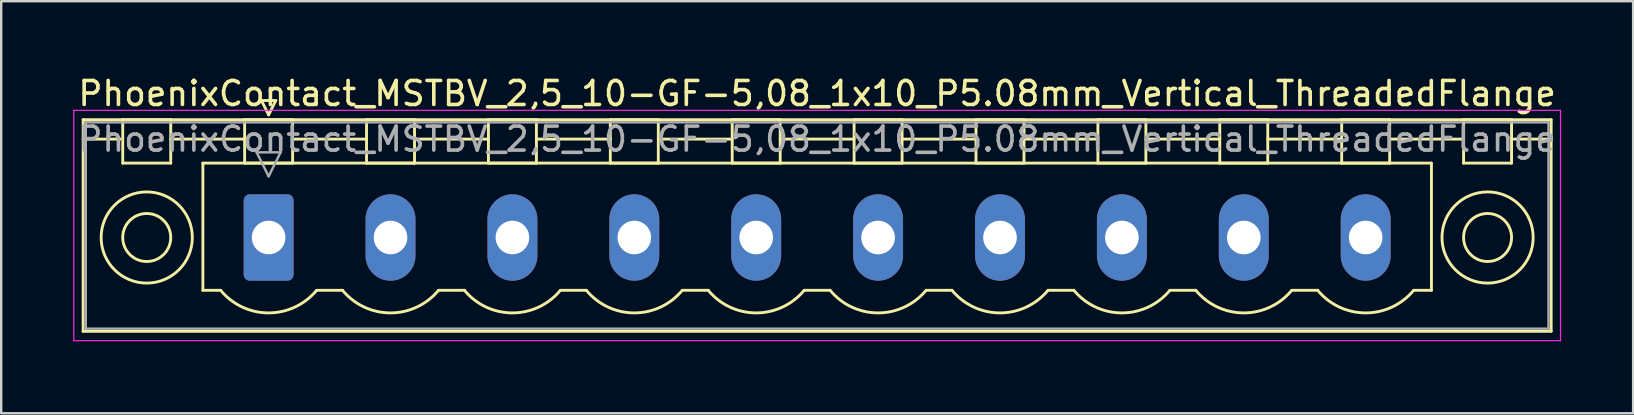
<source format=kicad_pcb>
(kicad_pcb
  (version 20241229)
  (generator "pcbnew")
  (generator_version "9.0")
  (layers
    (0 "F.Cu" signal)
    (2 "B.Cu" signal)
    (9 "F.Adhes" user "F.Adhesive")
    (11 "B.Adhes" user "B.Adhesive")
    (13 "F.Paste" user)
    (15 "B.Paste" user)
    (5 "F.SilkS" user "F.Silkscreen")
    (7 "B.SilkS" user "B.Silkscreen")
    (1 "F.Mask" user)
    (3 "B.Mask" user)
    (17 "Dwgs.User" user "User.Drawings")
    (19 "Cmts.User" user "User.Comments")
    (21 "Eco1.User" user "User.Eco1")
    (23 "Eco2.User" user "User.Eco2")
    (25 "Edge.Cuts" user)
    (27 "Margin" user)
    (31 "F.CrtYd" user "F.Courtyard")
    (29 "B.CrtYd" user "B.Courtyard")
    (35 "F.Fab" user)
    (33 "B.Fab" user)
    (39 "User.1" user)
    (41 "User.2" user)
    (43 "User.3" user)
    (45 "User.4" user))
  (footprint "PhoenixContact_MSTBV_2,5_10-GF-5,08_1x10_P5.08mm_Vertical_ThreadedFlange"
    (layer "F.Cu")
    (at 8.145 6.848)
    (property "Reference" "PhoenixContact_MSTBV_2,5_10-GF-5,08_1x10_P5.08mm_Vertical_ThreadedFlange" (at 22.86 -6 0) (layer "F.SilkS") (effects (font (size 1 1) (thickness 0.15))))
    (attr through_hole)
    (fp_line (start -7.73 -4.91) (end -7.73 3.91) (stroke (width 0.12) (type solid)) (layer "F.SilkS"))
    (fp_line (start -7.73 -4.1) (end -6.19 -4.1) (stroke (width 0.12) (type solid)) (layer "F.SilkS"))
    (fp_line (start -7.73 3.91) (end 53.45 3.91) (stroke (width 0.12) (type solid)) (layer "F.SilkS"))
    (fp_line (start -6.08 -4.91) (end -4.08 -4.91) (stroke (width 0.12) (type solid)) (layer "F.SilkS"))
    (fp_line (start -6.08 -3.1) (end -6.08 -4.91) (stroke (width 0.12) (type solid)) (layer "F.SilkS"))
    (fp_line (start -4.08 -4.91) (end -4.08 -3.1) (stroke (width 0.12) (type solid)) (layer "F.SilkS"))
    (fp_line (start -4.08 -4.1) (end -1 -4.1) (stroke (width 0.12) (type solid)) (layer "F.SilkS"))
    (fp_line (start -4.08 -3.1) (end -6.08 -3.1) (stroke (width 0.12) (type solid)) (layer "F.SilkS"))
    (fp_line (start -2.74 -3.1) (end 48.46 -3.1) (stroke (width 0.12) (type solid)) (layer "F.SilkS"))
    (fp_line (start -2.74 2.2) (end -2.74 -3.1) (stroke (width 0.12) (type solid)) (layer "F.SilkS"))
    (fp_line (start -2 2.2) (end -2.74 2.2) (stroke (width 0.12) (type solid)) (layer "F.SilkS"))
    (fp_line (start -1 -4.91) (end 1 -4.91) (stroke (width 0.12) (type solid)) (layer "F.SilkS"))
    (fp_line (start -1 -3.1) (end -1 -4.91) (stroke (width 0.12) (type solid)) (layer "F.SilkS"))
    (fp_line (start -0.3 -5.71) (end 0.3 -5.71) (stroke (width 0.12) (type solid)) (layer "F.SilkS"))
    (fp_line (start 0 -5.11) (end -0.3 -5.71) (stroke (width 0.12) (type solid)) (layer "F.SilkS"))
    (fp_line (start 0.3 -5.71) (end 0 -5.11) (stroke (width 0.12) (type solid)) (layer "F.SilkS"))
    (fp_line (start 1 -4.91) (end 1 -3.1) (stroke (width 0.12) (type solid)) (layer "F.SilkS"))
    (fp_line (start 1 -4.1) (end 4.08 -4.1) (stroke (width 0.12) (type solid)) (layer "F.SilkS"))
    (fp_line (start 1 -3.1) (end -1 -3.1) (stroke (width 0.12) (type solid)) (layer "F.SilkS"))
    (fp_line (start 2 2.2) (end 3.08 2.2) (stroke (width 0.12) (type solid)) (layer "F.SilkS"))
    (fp_line (start 4.08 -4.91) (end 6.08 -4.91) (stroke (width 0.12) (type solid)) (layer "F.SilkS"))
    (fp_line (start 4.08 -3.1) (end 4.08 -4.91) (stroke (width 0.12) (type solid)) (layer "F.SilkS"))
    (fp_line (start 6.08 -4.91) (end 6.08 -3.1) (stroke (width 0.12) (type solid)) (layer "F.SilkS"))
    (fp_line (start 6.08 -4.1) (end 9.16 -4.1) (stroke (width 0.12) (type solid)) (layer "F.SilkS"))
    (fp_line (start 6.08 -3.1) (end 4.08 -3.1) (stroke (width 0.12) (type solid)) (layer "F.SilkS"))
    (fp_line (start 7.08 2.2) (end 8.16 2.2) (stroke (width 0.12) (type solid)) (layer "F.SilkS"))
    (fp_line (start 9.16 -4.91) (end 11.16 -4.91) (stroke (width 0.12) (type solid)) (layer "F.SilkS"))
    (fp_line (start 9.16 -3.1) (end 9.16 -4.91) (stroke (width 0.12) (type solid)) (layer "F.SilkS"))
    (fp_line (start 11.16 -4.91) (end 11.16 -3.1) (stroke (width 0.12) (type solid)) (layer "F.SilkS"))
    (fp_line (start 11.16 -4.1) (end 14.24 -4.1) (stroke (width 0.12) (type solid)) (layer "F.SilkS"))
    (fp_line (start 11.16 -3.1) (end 9.16 -3.1) (stroke (width 0.12) (type solid)) (layer "F.SilkS"))
    (fp_line (start 12.16 2.2) (end 13.24 2.2) (stroke (width 0.12) (type solid)) (layer "F.SilkS"))
    (fp_line (start 14.24 -4.91) (end 16.24 -4.91) (stroke (width 0.12) (type solid)) (layer "F.SilkS"))
    (fp_line (start 14.24 -3.1) (end 14.24 -4.91) (stroke (width 0.12) (type solid)) (layer "F.SilkS"))
    (fp_line (start 16.24 -4.91) (end 16.24 -3.1) (stroke (width 0.12) (type solid)) (layer "F.SilkS"))
    (fp_line (start 16.24 -4.1) (end 19.32 -4.1) (stroke (width 0.12) (type solid)) (layer "F.SilkS"))
    (fp_line (start 16.24 -3.1) (end 14.24 -3.1) (stroke (width 0.12) (type solid)) (layer "F.SilkS"))
    (fp_line (start 17.24 2.2) (end 18.32 2.2) (stroke (width 0.12) (type solid)) (layer "F.SilkS"))
    (fp_line (start 19.32 -4.91) (end 21.32 -4.91) (stroke (width 0.12) (type solid)) (layer "F.SilkS"))
    (fp_line (start 19.32 -3.1) (end 19.32 -4.91) (stroke (width 0.12) (type solid)) (layer "F.SilkS"))
    (fp_line (start 21.32 -4.91) (end 21.32 -3.1) (stroke (width 0.12) (type solid)) (layer "F.SilkS"))
    (fp_line (start 21.32 -4.1) (end 24.4 -4.1) (stroke (width 0.12) (type solid)) (layer "F.SilkS"))
    (fp_line (start 21.32 -3.1) (end 19.32 -3.1) (stroke (width 0.12) (type solid)) (layer "F.SilkS"))
    (fp_line (start 22.32 2.2) (end 23.4 2.2) (stroke (width 0.12) (type solid)) (layer "F.SilkS"))
    (fp_line (start 24.4 -4.91) (end 26.4 -4.91) (stroke (width 0.12) (type solid)) (layer "F.SilkS"))
    (fp_line (start 24.4 -3.1) (end 24.4 -4.91) (stroke (width 0.12) (type solid)) (layer "F.SilkS"))
    (fp_line (start 26.4 -4.91) (end 26.4 -3.1) (stroke (width 0.12) (type solid)) (layer "F.SilkS"))
    (fp_line (start 26.4 -4.1) (end 29.48 -4.1) (stroke (width 0.12) (type solid)) (layer "F.SilkS"))
    (fp_line (start 26.4 -3.1) (end 24.4 -3.1) (stroke (width 0.12) (type solid)) (layer "F.SilkS"))
    (fp_line (start 27.4 2.2) (end 28.48 2.2) (stroke (width 0.12) (type solid)) (layer "F.SilkS"))
    (fp_line (start 29.48 -4.91) (end 31.48 -4.91) (stroke (width 0.12) (type solid)) (layer "F.SilkS"))
    (fp_line (start 29.48 -3.1) (end 29.48 -4.91) (stroke (width 0.12) (type solid)) (layer "F.SilkS"))
    (fp_line (start 31.48 -4.91) (end 31.48 -3.1) (stroke (width 0.12) (type solid)) (layer "F.SilkS"))
    (fp_line (start 31.48 -4.1) (end 34.56 -4.1) (stroke (width 0.12) (type solid)) (layer "F.SilkS"))
    (fp_line (start 31.48 -3.1) (end 29.48 -3.1) (stroke (width 0.12) (type solid)) (layer "F.SilkS"))
    (fp_line (start 32.48 2.2) (end 33.56 2.2) (stroke (width 0.12) (type solid)) (layer "F.SilkS"))
    (fp_line (start 34.56 -4.91) (end 36.56 -4.91) (stroke (width 0.12) (type solid)) (layer "F.SilkS"))
    (fp_line (start 34.56 -3.1) (end 34.56 -4.91) (stroke (width 0.12) (type solid)) (layer "F.SilkS"))
    (fp_line (start 36.56 -4.91) (end 36.56 -3.1) (stroke (width 0.12) (type solid)) (layer "F.SilkS"))
    (fp_line (start 36.56 -4.1) (end 39.64 -4.1) (stroke (width 0.12) (type solid)) (layer "F.SilkS"))
    (fp_line (start 36.56 -3.1) (end 34.56 -3.1) (stroke (width 0.12) (type solid)) (layer "F.SilkS"))
    (fp_line (start 37.56 2.2) (end 38.64 2.2) (stroke (width 0.12) (type solid)) (layer "F.SilkS"))
    (fp_line (start 39.64 -4.91) (end 41.64 -4.91) (stroke (width 0.12) (type solid)) (layer "F.SilkS"))
    (fp_line (start 39.64 -3.1) (end 39.64 -4.91) (stroke (width 0.12) (type solid)) (layer "F.SilkS"))
    (fp_line (start 41.64 -4.91) (end 41.64 -3.1) (stroke (width 0.12) (type solid)) (layer "F.SilkS"))
    (fp_line (start 41.64 -4.1) (end 44.72 -4.1) (stroke (width 0.12) (type solid)) (layer "F.SilkS"))
    (fp_line (start 41.64 -3.1) (end 39.64 -3.1) (stroke (width 0.12) (type solid)) (layer "F.SilkS"))
    (fp_line (start 42.64 2.2) (end 43.72 2.2) (stroke (width 0.12) (type solid)) (layer "F.SilkS"))
    (fp_line (start 44.72 -4.91) (end 46.72 -4.91) (stroke (width 0.12) (type solid)) (layer "F.SilkS"))
    (fp_line (start 44.72 -3.1) (end 44.72 -4.91) (stroke (width 0.12) (type solid)) (layer "F.SilkS"))
    (fp_line (start 46.72 -4.91) (end 46.72 -3.1) (stroke (width 0.12) (type solid)) (layer "F.SilkS"))
    (fp_line (start 46.72 -4.1) (end 49.8 -4.1) (stroke (width 0.12) (type solid)) (layer "F.SilkS"))
    (fp_line (start 46.72 -3.1) (end 44.72 -3.1) (stroke (width 0.12) (type solid)) (layer "F.SilkS"))
    (fp_line (start 48.46 -3.1) (end 48.46 2.2) (stroke (width 0.12) (type solid)) (layer "F.SilkS"))
    (fp_line (start 48.46 2.2) (end 47.72 2.2) (stroke (width 0.12) (type solid)) (layer "F.SilkS"))
    (fp_line (start 49.8 -4.91) (end 51.8 -4.91) (stroke (width 0.12) (type solid)) (layer "F.SilkS"))
    (fp_line (start 49.8 -3.1) (end 49.8 -4.91) (stroke (width 0.12) (type solid)) (layer "F.SilkS"))
    (fp_line (start 51.8 -4.91) (end 51.8 -3.1) (stroke (width 0.12) (type solid)) (layer "F.SilkS"))
    (fp_line (start 51.8 -3.1) (end 49.8 -3.1) (stroke (width 0.12) (type solid)) (layer "F.SilkS"))
    (fp_line (start 53.45 -4.91) (end -7.73 -4.91) (stroke (width 0.12) (type solid)) (layer "F.SilkS"))
    (fp_line (start 53.45 -4.1) (end 51.91 -4.1) (stroke (width 0.12) (type solid)) (layer "F.SilkS"))
    (fp_line (start 53.45 3.91) (end 53.45 -4.91) (stroke (width 0.12) (type solid)) (layer "F.SilkS"))
    (fp_arc (start 1.986842 2.215821) (mid -0.010289 3.142758) (end -2 2.2) (stroke (width 0.12) (type solid)) (layer "F.SilkS"))
    (fp_arc (start 7.066842 2.215821) (mid 5.069711 3.142758) (end 3.08 2.2) (stroke (width 0.12) (type solid)) (layer "F.SilkS"))
    (fp_arc (start 12.146842 2.215821) (mid 10.149711 3.142758) (end 8.16 2.2) (stroke (width 0.12) (type solid)) (layer "F.SilkS"))
    (fp_arc (start 17.226842 2.215821) (mid 15.229711 3.142758) (end 13.24 2.2) (stroke (width 0.12) (type solid)) (layer "F.SilkS"))
    (fp_arc (start 22.306842 2.215821) (mid 20.309711 3.142758) (end 18.32 2.2) (stroke (width 0.12) (type solid)) (layer "F.SilkS"))
    (fp_arc (start 27.386842 2.215821) (mid 25.389711 3.142758) (end 23.4 2.2) (stroke (width 0.12) (type solid)) (layer "F.SilkS"))
    (fp_arc (start 32.466842 2.215821) (mid 30.469711 3.142758) (end 28.48 2.2) (stroke (width 0.12) (type solid)) (layer "F.SilkS"))
    (fp_arc (start 37.546842 2.215821) (mid 35.549711 3.142758) (end 33.56 2.2) (stroke (width 0.12) (type solid)) (layer "F.SilkS"))
    (fp_arc (start 42.626842 2.215821) (mid 40.629711 3.142758) (end 38.64 2.2) (stroke (width 0.12) (type solid)) (layer "F.SilkS"))
    (fp_arc (start 47.706842 2.215821) (mid 45.709711 3.142758) (end 43.72 2.2) (stroke (width 0.12) (type solid)) (layer "F.SilkS"))
    (fp_circle (center -5.08 0) (end -4.08 0) (stroke (width 0.12) (type solid)) (fill no) (layer "F.SilkS"))
    (fp_circle (center -5.08 0) (end -3.18 0) (stroke (width 0.12) (type solid)) (fill no) (layer "F.SilkS"))
    (fp_circle (center 50.8 0) (end 51.8 0) (stroke (width 0.12) (type solid)) (fill no) (layer "F.SilkS"))
    (fp_circle (center 50.8 0) (end 52.7 0) (stroke (width 0.12) (type solid)) (fill no) (layer "F.SilkS"))
    (fp_line (start -8.12 -5.3) (end -8.12 4.3) (stroke (width 0.05) (type solid)) (layer "F.CrtYd"))
    (fp_line (start -8.12 4.3) (end 53.84 4.3) (stroke (width 0.05) (type solid)) (layer "F.CrtYd"))
    (fp_line (start 53.84 -5.3) (end -8.12 -5.3) (stroke (width 0.05) (type solid)) (layer "F.CrtYd"))
    (fp_line (start 53.84 4.3) (end 53.84 -5.3) (stroke (width 0.05) (type solid)) (layer "F.CrtYd"))
    (fp_line (start -7.62 -4.8) (end -7.62 3.8) (stroke (width 0.1) (type solid)) (layer "F.Fab"))
    (fp_line (start -7.62 3.8) (end 53.34 3.8) (stroke (width 0.1) (type solid)) (layer "F.Fab"))
    (fp_line (start -0.5 -3.55) (end 0.5 -3.55) (stroke (width 0.1) (type solid)) (layer "F.Fab"))
    (fp_line (start 0 -2.55) (end -0.5 -3.55) (stroke (width 0.1) (type solid)) (layer "F.Fab"))
    (fp_line (start 0.5 -3.55) (end 0 -2.55) (stroke (width 0.1) (type solid)) (layer "F.Fab"))
    (fp_line (start 53.34 -4.8) (end -7.62 -4.8) (stroke (width 0.1) (type solid)) (layer "F.Fab"))
    (fp_line (start 53.34 3.8) (end 53.34 -4.8) (stroke (width 0.1) (type solid)) (layer "F.Fab"))
    (fp_text user "${REFERENCE}" (at 22.86 -4.1 0) (layer "F.Fab") (effects (font (size 1 1) (thickness 0.15))))
    (pad "1" thru_hole roundrect (at 0 0) (size 2.08 3.6) (drill 1.4) (layers "*.Cu" "*.Mask") (roundrect_rratio 0.12))
    (pad "2" thru_hole oval (at 5.08 0) (size 2.08 3.6) (drill 1.4) (layers "*.Cu" "*.Mask"))
    (pad "3" thru_hole oval (at 10.16 0) (size 2.08 3.6) (drill 1.4) (layers "*.Cu" "*.Mask"))
    (pad "4" thru_hole oval (at 15.24 0) (size 2.08 3.6) (drill 1.4) (layers "*.Cu" "*.Mask"))
    (pad "5" thru_hole oval (at 20.32 0) (size 2.08 3.6) (drill 1.4) (layers "*.Cu" "*.Mask"))
    (pad "6" thru_hole oval (at 25.4 0) (size 2.08 3.6) (drill 1.4) (layers "*.Cu" "*.Mask"))
    (pad "7" thru_hole oval (at 30.48 0) (size 2.08 3.6) (drill 1.4) (layers "*.Cu" "*.Mask"))
    (pad "8" thru_hole oval (at 35.56 0) (size 2.08 3.6) (drill 1.4) (layers "*.Cu" "*.Mask"))
    (pad "9" thru_hole oval (at 40.64 0) (size 2.08 3.6) (drill 1.4) (layers "*.Cu" "*.Mask"))
    (pad "10" thru_hole oval (at 45.72 0) (size 2.08 3.6) (drill 1.4) (layers "*.Cu" "*.Mask")))
  (gr_rect
    (start -3 -3)
    (end 65.01 14.173)
    (stroke (width 0.1) (type default))
    (fill no)
    (layer "Edge.Cuts")))
</source>
